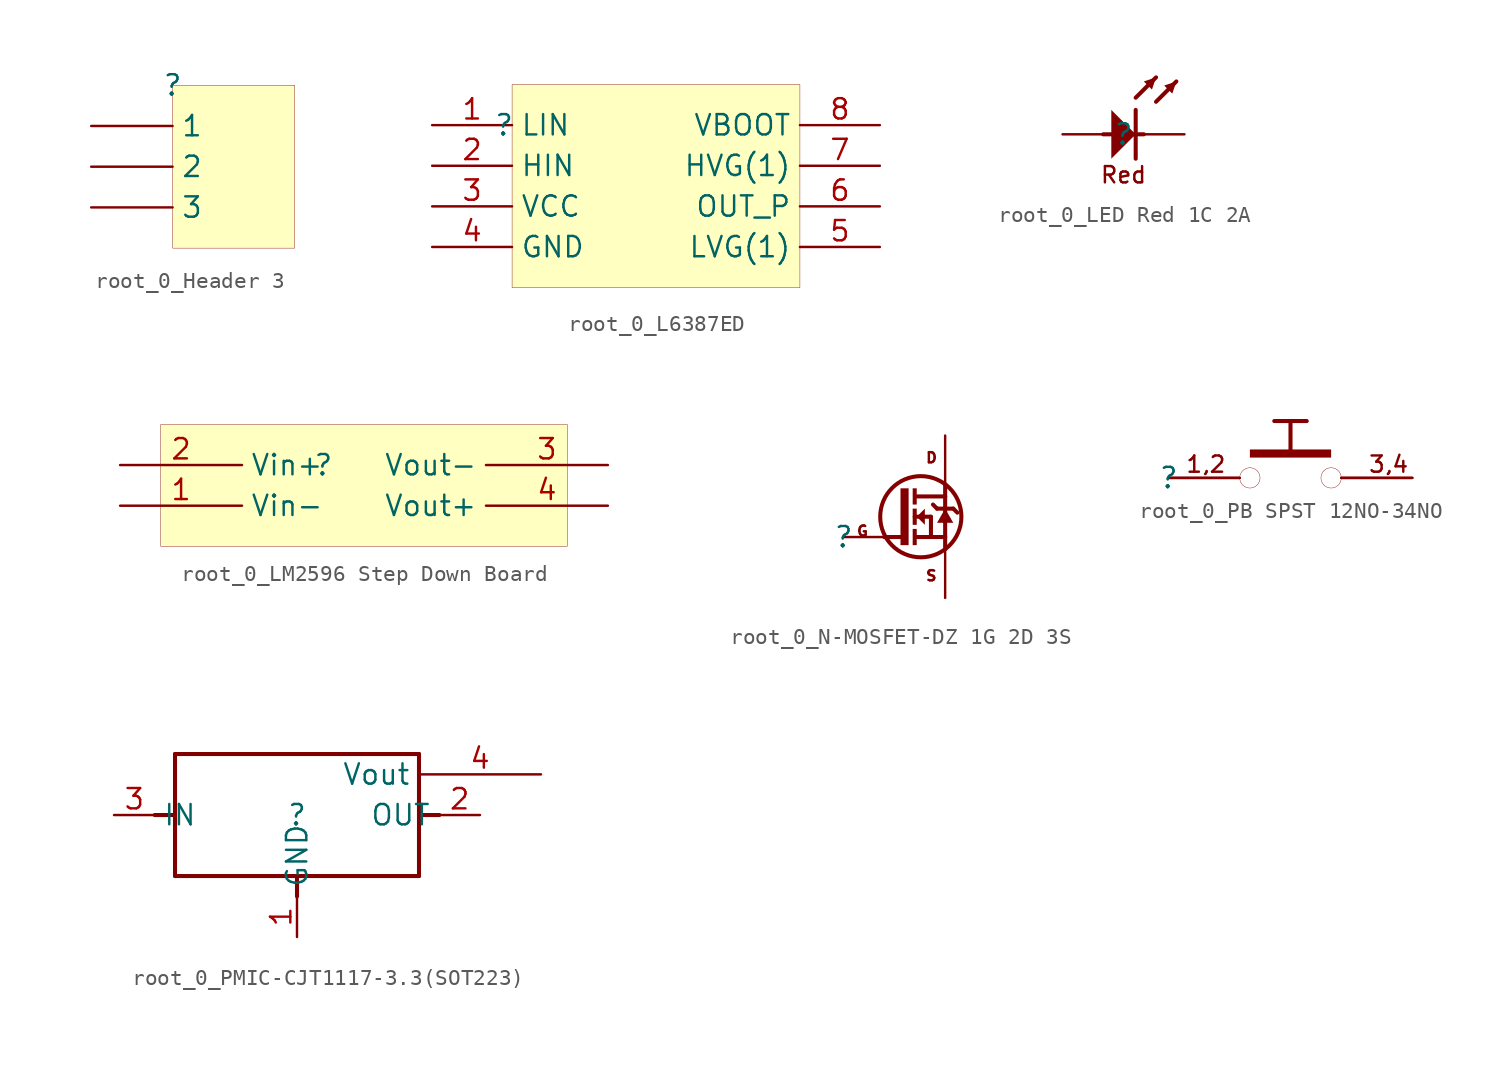
<source format=kicad_sym>
(kicad_symbol_lib
  (version 20231120)
  (generator "kicad_symbol_editor")
  (generator_version "8.0")
  (symbol "root_0_Header 3"
    (property "Reference" ""
      (at 0 0 0)
      (effects (font (size 1.27 1.27))))
    (property "Value" ""
      (at 0 0 0)
      (effects (font (size 1.27 1.27))))
    (symbol "root_0_Header 3_1_0"
      (rectangle (start 7.62 0) (end 0 -10.16) (stroke (width 0.025) (type solid) (color 128 0 0 1)) (fill (type background)))
      (pin passive line (at -5.08 -2.54 0) (length 5.08) (name "1" (effects (font (size 1.27 1.27)))) (number "1" (effects (font (size 0 0)))))
      (pin passive line (at -5.08 -5.08 0) (length 5.08) (name "2" (effects (font (size 1.27 1.27)))) (number "2" (effects (font (size 0 0)))))
      (pin passive line (at -5.08 -7.62 0) (length 5.08) (name "3" (effects (font (size 1.27 1.27)))) (number "3" (effects (font (size 0 0)))))))
  (symbol "root_0_L6387ED"
    (property "Reference" ""
      (at 0 0 0)
      (effects (font (size 1.27 1.27))))
    (property "Value" ""
      (at 0 0 0)
      (effects (font (size 1.27 1.27))))
    (symbol "root_0_L6387ED_1_0"
      (rectangle (start 18.5 2.54) (end 0.5 -10.16) (stroke (width 0.025) (type solid) (color 128 0 0 1)) (fill (type background)))
      (pin passive line (at -4.5 0 0) (length 5) (name "LIN" (effects (font (size 1.27 1.27)))) (number "1" (effects (font (size 1.27 1.27)))))
      (pin passive line (at -4.5 -2.54 0) (length 5) (name "HIN" (effects (font (size 1.27 1.27)))) (number "2" (effects (font (size 1.27 1.27)))))
      (pin passive line (at -4.5 -5.08 0) (length 5) (name "VCC" (effects (font (size 1.27 1.27)))) (number "3" (effects (font (size 1.27 1.27)))))
      (pin passive line (at -4.5 -7.62 0) (length 5) (name "GND" (effects (font (size 1.27 1.27)))) (number "4" (effects (font (size 1.27 1.27)))))
      (pin passive line (at 23.5 -7.62 180) (length 5) (name "LVG(1)" (effects (font (size 1.27 1.27)))) (number "5" (effects (font (size 1.27 1.27)))))
      (pin passive line (at 23.5 -5.08 180) (length 5) (name "OUT_P" (effects (font (size 1.27 1.27)))) (number "6" (effects (font (size 1.27 1.27)))))
      (pin passive line (at 23.5 -2.54 180) (length 5) (name "HVG(1)" (effects (font (size 1.27 1.27)))) (number "7" (effects (font (size 1.27 1.27)))))
      (pin passive line (at 23.5 0 180) (length 5) (name "VBOOT" (effects (font (size 1.27 1.27)))) (number "8" (effects (font (size 1.27 1.27)))))))
  (symbol "root_0_LED Red 1C 2A"
    (property "Reference" ""
      (at 0 0 0)
      (effects (font (size 1.27 1.27))))
    (property "Value" ""
      (at 0 0 0)
      (effects (font (size 1.27 1.27))))
    (symbol "root_0_LED Red 1C 2A_1_0"
      (polyline (pts (xy -1.27 0) (xy 1.27 0)) (stroke (width 0.254) (type solid)) (fill (type none)))
      (polyline (pts (xy 0.762 1.524) (xy 0.762 -1.524)) (stroke (width 0.254) (type solid)) (fill (type none)))
      (polyline (pts (xy 0.762 2.286) (xy 2.032 3.556)) (stroke (width 0.254) (type solid)) (fill (type none)))
      (polyline (pts (xy 2.032 2.032) (xy 3.302 3.302)) (stroke (width 0.254) (type solid)) (fill (type none)))
      (polyline (pts (xy -0.762 -1.524) (xy 0.762 0) (xy -0.762 1.524) (xy -0.762 -1.524)) (stroke (width -0.0001) (type solid)) (fill (type outline)))
      (polyline (pts (xy 2.032 3.556) (xy 1.27 3.302) (xy 1.778 2.794) (xy 2.032 3.556)) (stroke (width -0.0001) (type solid)) (fill (type outline)))
      (polyline (pts (xy 3.302 3.302) (xy 2.54 3.048) (xy 3.048 2.54) (xy 3.302 3.302)) (stroke (width -0.0001) (type solid)) (fill (type outline)))
      (text "Red" (at 0 -2.54 0) (effects (font (size 1.016 1.016))))
      (pin passive line (at 3.81 0 180) (length 2.54) (name "C" (effects (font (size 0 0)))) (number "1" (effects (font (size 0 0)))))
      (pin passive line (at -3.81 0 0) (length 2.54) (name "A" (effects (font (size 0 0)))) (number "2" (effects (font (size 0 0)))))))
  (symbol "root_0_LM2596 Step Down Board"
    (property "Reference" ""
      (at 0 0 0)
      (effects (font (size 1.27 1.27))))
    (property "Value" ""
      (at 0 0 0)
      (effects (font (size 1.27 1.27))))
    (symbol "root_0_LM2596 Step Down Board_1_0"
      (rectangle (start 15.24 2.54) (end -10.16 -5.08) (stroke (width 0.025) (type solid) (color 128 0 0 1)) (fill (type background)))
      (pin passive line (at -12.7 -2.54 0) (length 7.62) (name "Vin-" (effects (font (size 1.27 1.27)))) (number "1" (effects (font (size 1.27 1.27)))))
      (pin passive line (at -12.7 0 0) (length 7.62) (name "Vin+" (effects (font (size 1.27 1.27)))) (number "2" (effects (font (size 1.27 1.27)))))
      (pin passive line (at 17.78 0 180) (length 7.62) (name "Vout-" (effects (font (size 1.27 1.27)))) (number "3" (effects (font (size 1.27 1.27)))))
      (pin passive line (at 17.78 -2.54 180) (length 7.62) (name "Vout+" (effects (font (size 1.27 1.27)))) (number "4" (effects (font (size 1.27 1.27)))))))
  (symbol "root_0_N-MOSFET-DZ 1G 2D 3S"
    (property "Reference" ""
      (at 0 0 0)
      (effects (font (size 1.27 1.27))))
    (property "Value" ""
      (at 0 0 0)
      (effects (font (size 1.27 1.27))))
    (symbol "root_0_N-MOSFET-DZ 1G 2D 3S_1_0"
      (polyline (pts (xy 3.556 0) (xy 2.54 0)) (stroke (width 0.254) (type solid)) (fill (type none)))
      (polyline (pts (xy 4.445 1.27) (xy 5.461 1.27)) (stroke (width 0.254) (type solid)) (fill (type none)))
      (polyline (pts (xy 4.572 0) (xy 6.35 0)) (stroke (width 0.254) (type solid)) (fill (type none)))
      (polyline (pts (xy 4.572 2.54) (xy 6.35 2.54)) (stroke (width 0.254) (type solid)) (fill (type none)))
      (polyline (pts (xy 5.461 1.27) (xy 5.461 0)) (stroke (width 0.254) (type solid)) (fill (type none)))
      (polyline (pts (xy 5.842 1.778) (xy 5.588 2.032)) (stroke (width 0.254) (type solid)) (fill (type none)))
      (polyline (pts (xy 5.842 1.778) (xy 6.858 1.778)) (stroke (width 0.254) (type solid)) (fill (type none)))
      (polyline (pts (xy 6.35 0) (xy 6.35 -0.762)) (stroke (width 0.254) (type solid)) (fill (type none)))
      (polyline (pts (xy 6.35 2.54) (xy 6.35 0)) (stroke (width 0.254) (type solid)) (fill (type none)))
      (polyline (pts (xy 6.35 3.302) (xy 6.35 2.54)) (stroke (width 0.254) (type solid)) (fill (type none)))
      (polyline (pts (xy 6.858 1.778) (xy 7.112 1.524)) (stroke (width 0.254) (type solid)) (fill (type none)))
      (polyline (pts (xy 4.572 1.27) (xy 5.08 1.778) (xy 5.08 0.762) (xy 4.572 1.27)) (stroke (width -0.0001) (type solid)) (fill (type outline)))
      (polyline (pts (xy 6.35 1.778) (xy 5.842 0.889) (xy 6.858 0.889) (xy 6.35 1.778)) (stroke (width -0.0001) (type solid)) (fill (type outline)))
      (polyline (pts (xy 3.556 -0.508) (xy 4.064 -0.508) (xy 4.064 3.048) (xy 3.556 3.048) (xy 3.556 -0.508)) (stroke (width -0.0001) (type solid)) (fill (type outline)))
      (rectangle (start 4.572 0.508) (end 4.318 -0.508) (stroke (width -0.0001) (type solid)) (fill (type outline)))
      (rectangle (start 4.572 1.778) (end 4.318 0.762) (stroke (width -0.0001) (type solid)) (fill (type outline)))
      (rectangle (start 4.572 3.048) (end 4.318 2.032) (stroke (width -0.0001) (type solid)) (fill (type outline)))
      (circle (center 4.826 1.27) (radius 2.54) (stroke (width 0.254) (type solid)) (fill (type none)))
      (text "D" (at 5.08 5.334 0) (effects (font (size 0.635 0.635)) (justify left top)))
      (text "G" (at 0.762 0 0) (effects (font (size 0.635 0.635)) (justify left bottom)))
      (text "S" (at 5.08 -2.794 0) (effects (font (size 0.635 0.635)) (justify left bottom)))
      (pin passive line (at 0 0 0) (length 2.54) (name "G" (effects (font (size 0 0)))) (number "1" (effects (font (size 0 0)))))
      (pin passive line (at 6.35 6.35 270) (length 3.048) (name "D" (effects (font (size 0 0)))) (number "2" (effects (font (size 0 0)))))
      (pin passive line (at 6.35 -3.81 90) (length 3.048) (name "S" (effects (font (size 0 0)))) (number "3" (effects (font (size 0 0)))))))
  (symbol "root_0_PB SPST 12NO-34NO"
    (property "Reference" ""
      (at 0 0 0)
      (effects (font (size 1.27 1.27))))
    (property "Value" ""
      (at 0 0 0)
      (effects (font (size 1.27 1.27))))
    (symbol "root_0_PB SPST 12NO-34NO_1_0"
      (polyline (pts (xy 7.62 1.524) (xy 7.62 3.556)) (stroke (width 0.254) (type solid)) (fill (type none)))
      (polyline (pts (xy 8.636 3.556) (xy 6.604 3.556)) (stroke (width 0.254) (type solid)) (fill (type none)))
      (circle (center 5.08 0) (radius 0.635) (stroke (width 0.025) (type solid)) (fill (type none)))
      (circle (center 10.16 0) (radius 0.635) (stroke (width 0.025) (type solid)) (fill (type none)))
      (rectangle (start 10.16 1.778) (end 5.08 1.27) (stroke (width -0.0001) (type solid)) (fill (type outline)))
      (text "1,2" (at 1.016 0.254 0) (effects (font (size 1.016 1.016)) (justify left bottom)))
      (text "3,4" (at 12.446 0.254 0) (effects (font (size 1.016 1.016)) (justify left bottom)))
      (pin passive line (at 0 0 0) (length 4.445) (name "1" (effects (font (size 0 0)))) (number "1" (effects (font (size 0 0)))))
      (pin passive line (at 0 0 0) (length 4.445) (name "2" (effects (font (size 0 0)))) (number "2" (effects (font (size 0 0)))))
      (pin passive line (at 15.24 0 180) (length 4.445) (name "3" (effects (font (size 0 0)))) (number "3" (effects (font (size 0 0)))))
      (pin passive line (at 15.24 0 180) (length 4.445) (name "4" (effects (font (size 0 0)))) (number "4" (effects (font (size 0 0)))))))
  (symbol "root_0_PMIC-CJT1117-3.3(SOT223)"
    (property "Reference" ""
      (at 0 0 0)
      (effects (font (size 1.27 1.27))))
    (property "Value" ""
      (at 0 0 0)
      (effects (font (size 1.27 1.27))))
    (symbol "root_0_PMIC-CJT1117-3.3(SOT223)_1_0"
      (polyline (pts (xy -7.62 -3.81) (xy 0 -3.81)) (stroke (width 0.254) (type solid) (color 128 0 0 1)) (fill (type none)))
      (polyline (pts (xy -7.62 0) (xy -8.89 0)) (stroke (width 0.254) (type solid) (color 128 0 0 1)) (fill (type none)))
      (polyline (pts (xy -7.62 0) (xy -7.62 -3.81)) (stroke (width 0.254) (type solid) (color 128 0 0 1)) (fill (type none)))
      (polyline (pts (xy -7.62 3.81) (xy -7.62 0)) (stroke (width 0.254) (type solid) (color 128 0 0 1)) (fill (type none)))
      (polyline (pts (xy 0 -3.81) (xy 0 -5.08)) (stroke (width 0.254) (type solid) (color 128 0 0 1)) (fill (type none)))
      (polyline (pts (xy 0 -3.81) (xy 7.62 -3.81)) (stroke (width 0.254) (type solid) (color 128 0 0 1)) (fill (type none)))
      (polyline (pts (xy 7.62 -3.81) (xy 7.62 0)) (stroke (width 0.254) (type solid) (color 128 0 0 1)) (fill (type none)))
      (polyline (pts (xy 7.62 0) (xy 7.62 3.81)) (stroke (width 0.254) (type solid) (color 128 0 0 1)) (fill (type none)))
      (polyline (pts (xy 7.62 3.81) (xy -7.62 3.81)) (stroke (width 0.254) (type solid) (color 128 0 0 1)) (fill (type none)))
      (polyline (pts (xy 8.89 0) (xy 7.62 0)) (stroke (width 0.254) (type solid) (color 128 0 0 1)) (fill (type none)))
      (pin passive line (at 0 -7.62 90) (length 2.54) (name "GND" (effects (font (size 1.27 1.27)))) (number "1" (effects (font (size 1.27 1.27)))))
      (pin passive line (at 11.43 0 180) (length 2.54) (name "OUT" (effects (font (size 1.27 1.27)))) (number "2" (effects (font (size 1.27 1.27)))))
      (pin passive line (at -11.43 0 0) (length 2.54) (name "IN" (effects (font (size 1.27 1.27)))) (number "3" (effects (font (size 1.27 1.27)))))
      (pin output line (at 15.24 2.54 180) (length 7.62) (name "Vout" (effects (font (size 1.27 1.27)))) (number "4" (effects (font (size 1.27 1.27))))))))
</source>
